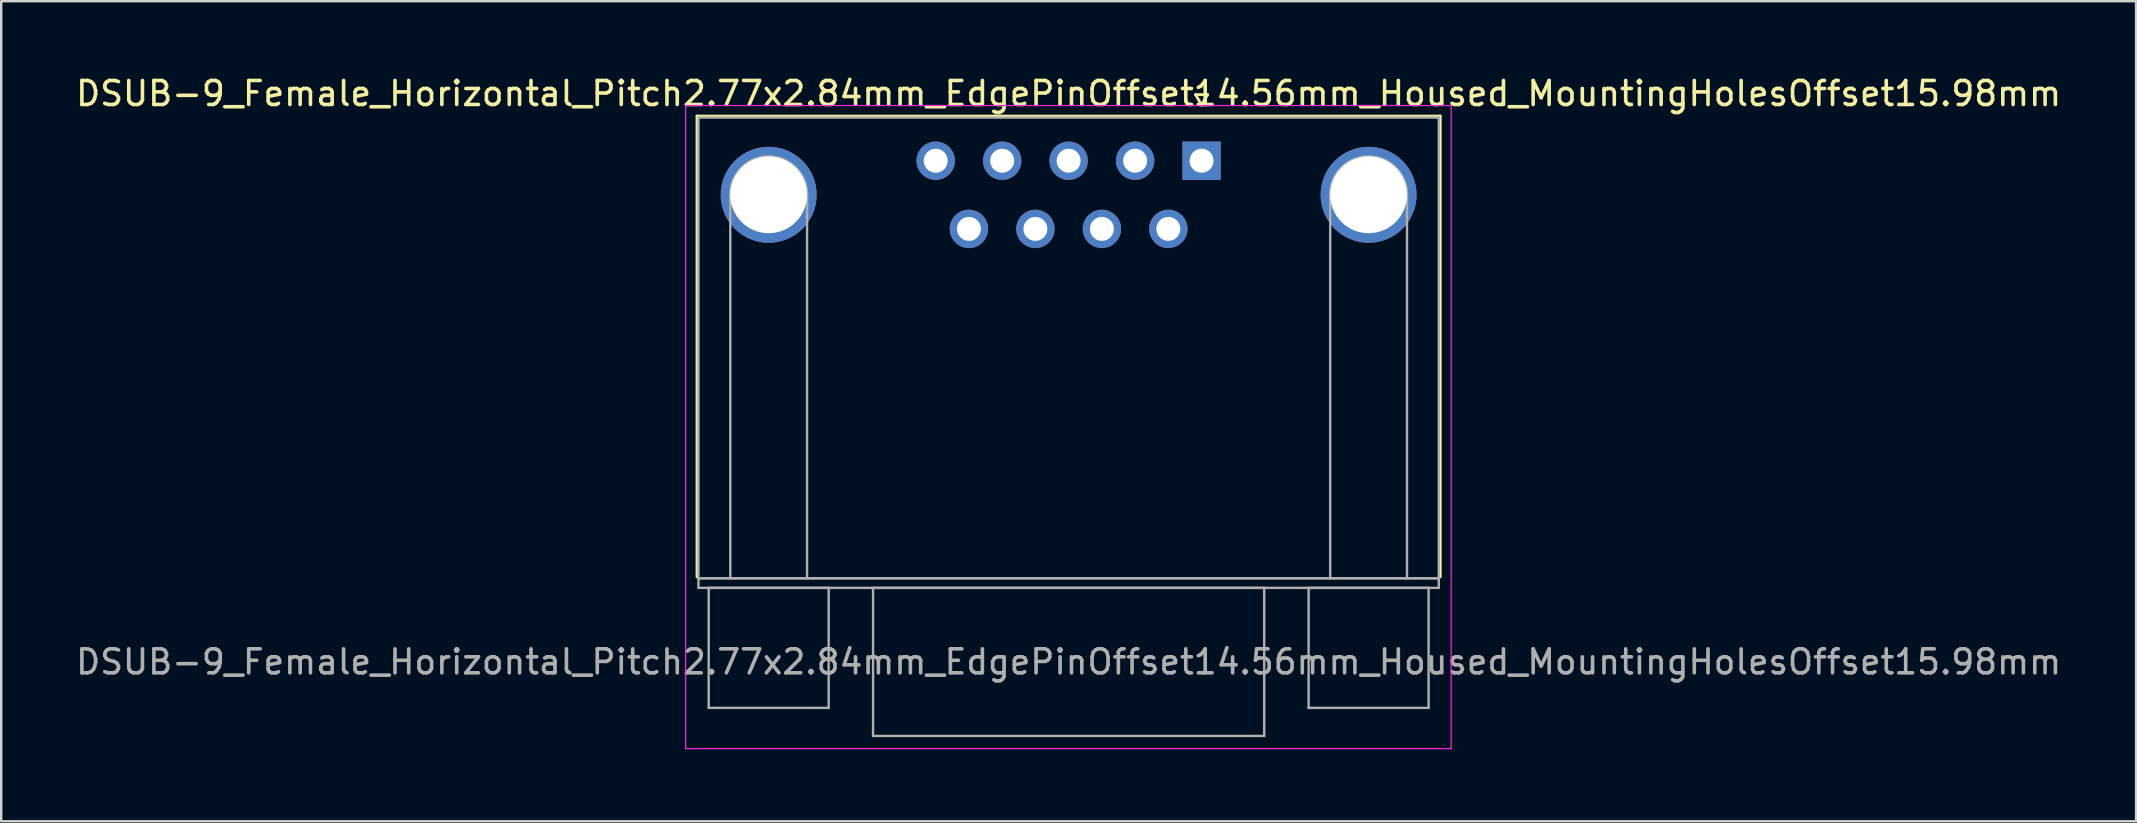
<source format=kicad_pcb>
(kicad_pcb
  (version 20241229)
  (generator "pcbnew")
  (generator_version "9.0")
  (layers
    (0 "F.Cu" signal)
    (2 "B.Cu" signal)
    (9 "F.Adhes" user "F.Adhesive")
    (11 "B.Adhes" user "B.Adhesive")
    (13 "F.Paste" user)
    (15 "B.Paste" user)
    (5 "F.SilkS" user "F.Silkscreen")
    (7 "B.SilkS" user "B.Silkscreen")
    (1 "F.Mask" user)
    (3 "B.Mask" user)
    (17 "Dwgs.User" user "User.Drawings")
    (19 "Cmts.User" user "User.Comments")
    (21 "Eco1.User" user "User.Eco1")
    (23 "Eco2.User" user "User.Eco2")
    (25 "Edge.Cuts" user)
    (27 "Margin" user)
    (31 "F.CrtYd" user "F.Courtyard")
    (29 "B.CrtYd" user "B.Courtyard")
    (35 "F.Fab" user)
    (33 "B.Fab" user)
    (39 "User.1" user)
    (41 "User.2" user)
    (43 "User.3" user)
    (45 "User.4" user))
  (footprint "DSUB-9_Female_Horizontal_Pitch2.77x2.84mm_EdgePinOffset14.56mm_Housed_MountingHolesOffset15.98mm"
    (layer "F.Cu")
    (at 47.022 3.648)
    (property "Reference" "DSUB-9_Female_Horizontal_Pitch2.77x2.84mm_EdgePinOffset14.56mm_Housed_MountingHolesOffset15.98mm" (at -5.54 -2.8 0) (layer "F.SilkS") (effects (font (size 1 1) (thickness 0.15))))
    (attr through_hole)
    (fp_line (start -21.025 -1.86) (end 9.945 -1.86) (stroke (width 0.12) (type solid)) (layer "F.SilkS"))
    (fp_line (start -21.025 17.34) (end -21.025 -1.86) (stroke (width 0.12) (type solid)) (layer "F.SilkS"))
    (fp_line (start -0.25 -2.754) (end 0.25 -2.754) (stroke (width 0.12) (type solid)) (layer "F.SilkS"))
    (fp_line (start 0 -2.321) (end -0.25 -2.754) (stroke (width 0.12) (type solid)) (layer "F.SilkS"))
    (fp_line (start 0.25 -2.754) (end 0 -2.321) (stroke (width 0.12) (type solid)) (layer "F.SilkS"))
    (fp_line (start 9.945 -1.86) (end 9.945 17.34) (stroke (width 0.12) (type solid)) (layer "F.SilkS"))
    (fp_line (start -21.5 -2.3) (end -21.5 24.5) (stroke (width 0.05) (type solid)) (layer "F.CrtYd"))
    (fp_line (start -21.5 24.5) (end 10.4 24.5) (stroke (width 0.05) (type solid)) (layer "F.CrtYd"))
    (fp_line (start 10.4 -2.3) (end -21.5 -2.3) (stroke (width 0.05) (type solid)) (layer "F.CrtYd"))
    (fp_line (start 10.4 24.5) (end 10.4 -2.3) (stroke (width 0.05) (type solid)) (layer "F.CrtYd"))
    (fp_line (start -20.965 -1.8) (end -20.965 17.4) (stroke (width 0.1) (type solid)) (layer "F.Fab"))
    (fp_line (start -20.965 17.4) (end -20.965 17.8) (stroke (width 0.1) (type solid)) (layer "F.Fab"))
    (fp_line (start -20.965 17.4) (end 9.885 17.4) (stroke (width 0.1) (type solid)) (layer "F.Fab"))
    (fp_line (start -20.965 17.8) (end 9.885 17.8) (stroke (width 0.1) (type solid)) (layer "F.Fab"))
    (fp_line (start -20.54 17.8) (end -20.54 22.8) (stroke (width 0.1) (type solid)) (layer "F.Fab"))
    (fp_line (start -20.54 22.8) (end -15.54 22.8) (stroke (width 0.1) (type solid)) (layer "F.Fab"))
    (fp_line (start -19.64 17.4) (end -19.64 1.42) (stroke (width 0.1) (type solid)) (layer "F.Fab"))
    (fp_line (start -16.44 17.4) (end -16.44 1.42) (stroke (width 0.1) (type solid)) (layer "F.Fab"))
    (fp_line (start -15.54 17.8) (end -20.54 17.8) (stroke (width 0.1) (type solid)) (layer "F.Fab"))
    (fp_line (start -15.54 22.8) (end -15.54 17.8) (stroke (width 0.1) (type solid)) (layer "F.Fab"))
    (fp_line (start -13.69 17.8) (end -13.69 23.97) (stroke (width 0.1) (type solid)) (layer "F.Fab"))
    (fp_line (start -13.69 23.97) (end 2.61 23.97) (stroke (width 0.1) (type solid)) (layer "F.Fab"))
    (fp_line (start 2.61 17.8) (end -13.69 17.8) (stroke (width 0.1) (type solid)) (layer "F.Fab"))
    (fp_line (start 2.61 23.97) (end 2.61 17.8) (stroke (width 0.1) (type solid)) (layer "F.Fab"))
    (fp_line (start 4.46 17.8) (end 4.46 22.8) (stroke (width 0.1) (type solid)) (layer "F.Fab"))
    (fp_line (start 4.46 22.8) (end 9.46 22.8) (stroke (width 0.1) (type solid)) (layer "F.Fab"))
    (fp_line (start 5.36 17.4) (end 5.36 1.42) (stroke (width 0.1) (type solid)) (layer "F.Fab"))
    (fp_line (start 8.56 17.4) (end 8.56 1.42) (stroke (width 0.1) (type solid)) (layer "F.Fab"))
    (fp_line (start 9.46 17.8) (end 4.46 17.8) (stroke (width 0.1) (type solid)) (layer "F.Fab"))
    (fp_line (start 9.46 22.8) (end 9.46 17.8) (stroke (width 0.1) (type solid)) (layer "F.Fab"))
    (fp_line (start 9.885 -1.8) (end -20.965 -1.8) (stroke (width 0.1) (type solid)) (layer "F.Fab"))
    (fp_line (start 9.885 17.4) (end -20.965 17.4) (stroke (width 0.1) (type solid)) (layer "F.Fab"))
    (fp_line (start 9.885 17.4) (end 9.885 -1.8) (stroke (width 0.1) (type solid)) (layer "F.Fab"))
    (fp_line (start 9.885 17.8) (end 9.885 17.4) (stroke (width 0.1) (type solid)) (layer "F.Fab"))
    (fp_arc (start -19.64 1.42) (mid -18.04 -0.18) (end -16.44 1.42) (stroke (width 0.1) (type solid)) (layer "F.Fab"))
    (fp_arc (start 5.36 1.42) (mid 6.96 -0.18) (end 8.56 1.42) (stroke (width 0.1) (type solid)) (layer "F.Fab"))
    (fp_text user "${REFERENCE}" (at -5.54 20.885 0) (layer "F.Fab") (effects (font (size 1 1) (thickness 0.15))))
    (pad "0" thru_hole circle (at -18.04 1.42) (size 4 4) (drill 3.2) (layers "*.Cu" "*.Mask"))
    (pad "0" thru_hole circle (at 6.96 1.42) (size 4 4) (drill 3.2) (layers "*.Cu" "*.Mask"))
    (pad "1" thru_hole rect (at 0 0) (size 1.6 1.6) (drill 1) (layers "*.Cu" "*.Mask"))
    (pad "2" thru_hole circle (at -2.77 0) (size 1.6 1.6) (drill 1) (layers "*.Cu" "*.Mask"))
    (pad "3" thru_hole circle (at -5.54 0) (size 1.6 1.6) (drill 1) (layers "*.Cu" "*.Mask"))
    (pad "4" thru_hole circle (at -8.31 0) (size 1.6 1.6) (drill 1) (layers "*.Cu" "*.Mask"))
    (pad "5" thru_hole circle (at -11.08 0) (size 1.6 1.6) (drill 1) (layers "*.Cu" "*.Mask"))
    (pad "6" thru_hole circle (at -1.385 2.84) (size 1.6 1.6) (drill 1) (layers "*.Cu" "*.Mask"))
    (pad "7" thru_hole circle (at -4.155 2.84) (size 1.6 1.6) (drill 1) (layers "*.Cu" "*.Mask"))
    (pad "8" thru_hole circle (at -6.925 2.84) (size 1.6 1.6) (drill 1) (layers "*.Cu" "*.Mask"))
    (pad "9" thru_hole circle (at -9.695 2.84) (size 1.6 1.6) (drill 1) (layers "*.Cu" "*.Mask")))
  (gr_rect
    (start -3 -3)
    (end 85.964 31.173)
    (stroke (width 0.1) (type default))
    (fill no)
    (layer "Edge.Cuts")))
</source>
